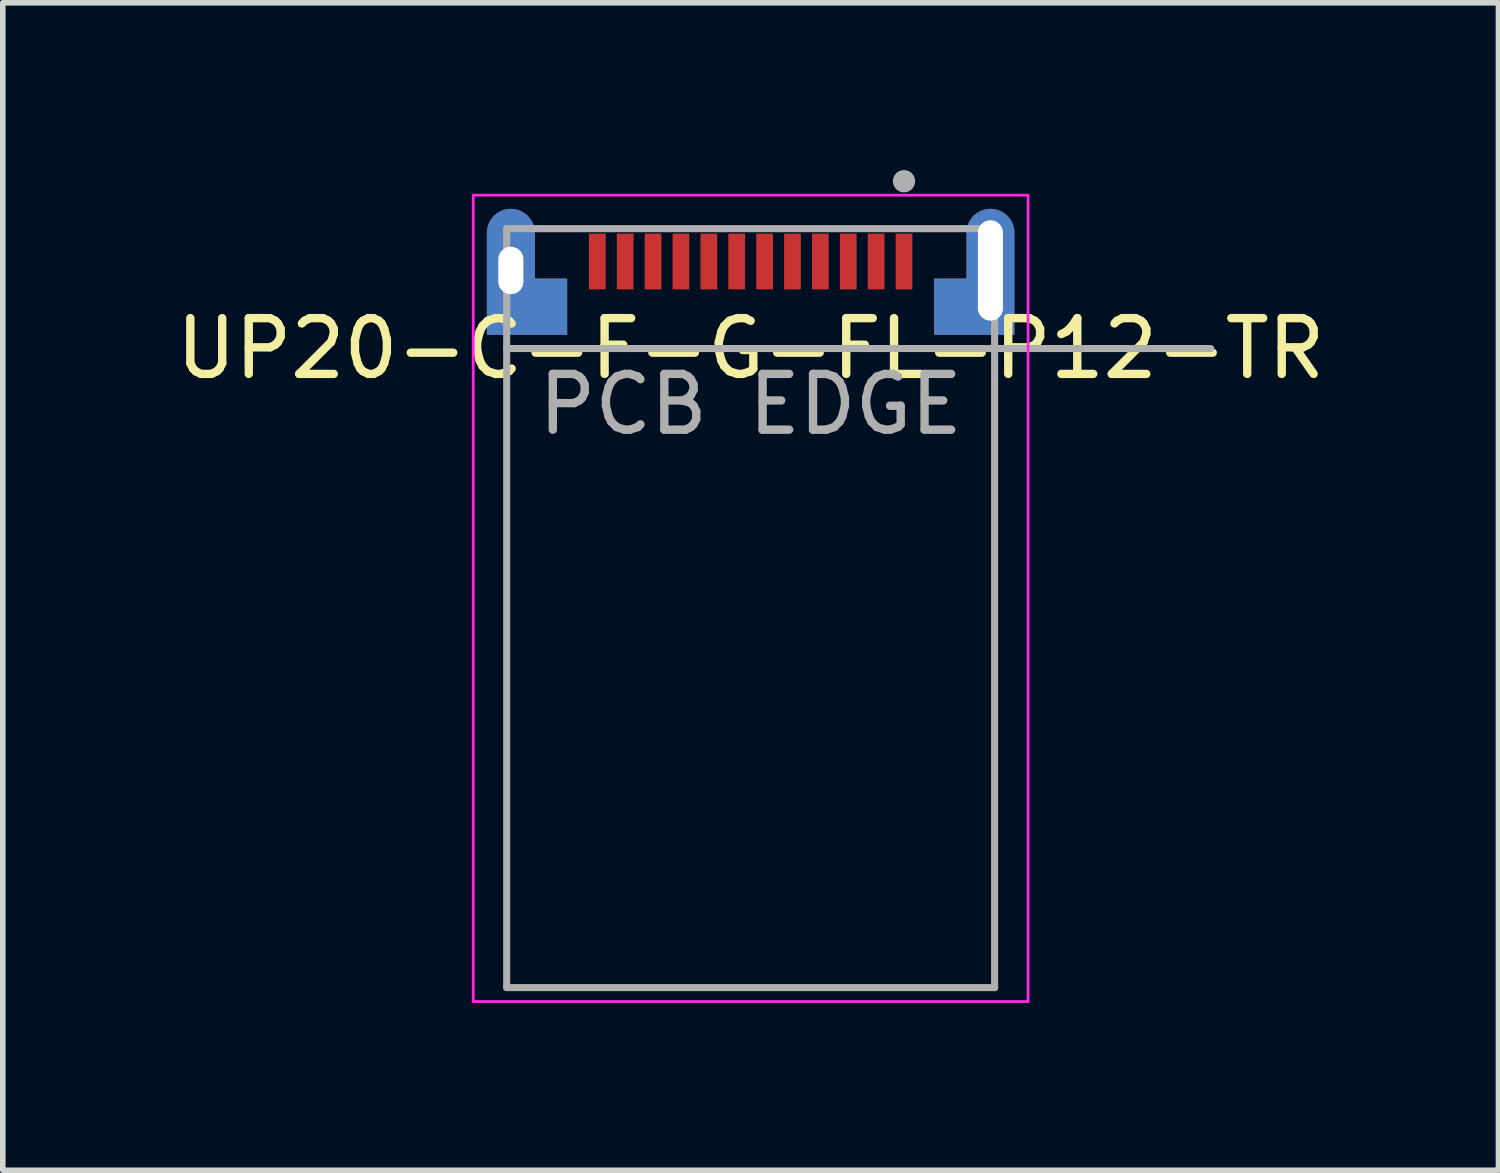
<source format=kicad_pcb>
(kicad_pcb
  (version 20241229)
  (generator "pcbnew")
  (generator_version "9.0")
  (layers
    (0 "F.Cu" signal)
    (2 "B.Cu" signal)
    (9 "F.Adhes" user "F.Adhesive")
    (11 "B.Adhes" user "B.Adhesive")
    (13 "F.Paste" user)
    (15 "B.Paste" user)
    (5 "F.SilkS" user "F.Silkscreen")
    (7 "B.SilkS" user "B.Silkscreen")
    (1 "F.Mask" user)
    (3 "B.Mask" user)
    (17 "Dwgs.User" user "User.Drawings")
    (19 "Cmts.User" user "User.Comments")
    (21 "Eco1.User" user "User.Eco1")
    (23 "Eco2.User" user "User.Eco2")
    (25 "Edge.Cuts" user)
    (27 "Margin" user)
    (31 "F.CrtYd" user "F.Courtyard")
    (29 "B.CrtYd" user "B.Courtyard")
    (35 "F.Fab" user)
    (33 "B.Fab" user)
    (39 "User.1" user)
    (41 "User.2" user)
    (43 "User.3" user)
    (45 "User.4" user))
  (footprint "UP20-C-F-G-FL-P12-TR"
    (layer "F.Cu")
    (at 10.411 3.2)
    (property "Reference" "UP20-C-F-G-FL-P12-TR" (at 0 0 0) (layer "F.SilkS") (effects (font (size 1 1) (thickness 0.15))))
    (attr smd)
    (fp_poly (pts (xy -3.775 -1.35) (xy -3.775 -2.075) (xy -3.776 -2.102) (xy -3.778 -2.13) (xy -3.781 -2.157) (xy -3.786 -2.184) (xy -3.793 -2.211) (xy -3.801 -2.237) (xy -3.81 -2.263) (xy -3.82 -2.289) (xy -3.832 -2.313) (xy -3.845 -2.337) (xy -3.86 -2.361) (xy -3.875 -2.384) (xy -3.892 -2.405) (xy -3.91 -2.426) (xy -3.929 -2.446) (xy -3.949 -2.465) (xy -3.97 -2.483) (xy -3.991 -2.5) (xy -4.014 -2.515) (xy -4.037 -2.53) (xy -4.062 -2.543) (xy -4.086 -2.555) (xy -4.112 -2.565) (xy -4.138 -2.574) (xy -4.164 -2.582) (xy -4.191 -2.589) (xy -4.218 -2.594) (xy -4.245 -2.597) (xy -4.273 -2.599) (xy -4.3 -2.6) (xy -4.327 -2.599) (xy -4.355 -2.597) (xy -4.382 -2.594) (xy -4.409 -2.589) (xy -4.436 -2.582) (xy -4.462 -2.574) (xy -4.488 -2.565) (xy -4.514 -2.555) (xy -4.538 -2.543) (xy -4.563 -2.53) (xy -4.586 -2.515) (xy -4.609 -2.5) (xy -4.63 -2.483) (xy -4.651 -2.465) (xy -4.671 -2.446) (xy -4.69 -2.426) (xy -4.708 -2.405) (xy -4.725 -2.384) (xy -4.74 -2.361) (xy -4.755 -2.338) (xy -4.768 -2.313) (xy -4.78 -2.289) (xy -4.79 -2.263) (xy -4.799 -2.237) (xy -4.807 -2.211) (xy -4.814 -2.184) (xy -4.819 -2.157) (xy -4.822 -2.13) (xy -4.824 -2.102) (xy -4.825 -2.075) (xy -4.825 -0.15) (xy -3.195 -0.15) (xy -3.195 -1.35) (xy -3.775 -1.35)) (stroke (width 0.01) (type solid)) (fill yes) (layer "F.Mask"))
    (fp_poly (pts (xy 3.775 -1.35) (xy 3.775 -2.075) (xy 3.776 -2.102) (xy 3.778 -2.13) (xy 3.781 -2.157) (xy 3.786 -2.184) (xy 3.793 -2.211) (xy 3.801 -2.237) (xy 3.81 -2.263) (xy 3.82 -2.289) (xy 3.832 -2.313) (xy 3.845 -2.337) (xy 3.86 -2.361) (xy 3.875 -2.384) (xy 3.892 -2.405) (xy 3.91 -2.426) (xy 3.929 -2.446) (xy 3.949 -2.465) (xy 3.97 -2.483) (xy 3.991 -2.5) (xy 4.014 -2.515) (xy 4.037 -2.53) (xy 4.062 -2.543) (xy 4.086 -2.555) (xy 4.112 -2.565) (xy 4.138 -2.574) (xy 4.164 -2.582) (xy 4.191 -2.589) (xy 4.218 -2.594) (xy 4.245 -2.597) (xy 4.273 -2.599) (xy 4.3 -2.6) (xy 4.327 -2.599) (xy 4.355 -2.597) (xy 4.382 -2.594) (xy 4.409 -2.589) (xy 4.436 -2.582) (xy 4.462 -2.574) (xy 4.488 -2.565) (xy 4.514 -2.555) (xy 4.538 -2.543) (xy 4.563 -2.53) (xy 4.586 -2.515) (xy 4.609 -2.5) (xy 4.63 -2.483) (xy 4.651 -2.465) (xy 4.671 -2.446) (xy 4.69 -2.426) (xy 4.708 -2.405) (xy 4.725 -2.384) (xy 4.74 -2.361) (xy 4.755 -2.338) (xy 4.768 -2.313) (xy 4.78 -2.289) (xy 4.79 -2.263) (xy 4.799 -2.237) (xy 4.807 -2.211) (xy 4.814 -2.184) (xy 4.819 -2.157) (xy 4.822 -2.13) (xy 4.824 -2.102) (xy 4.825 -2.075) (xy 4.825 -0.15) (xy 3.195 -0.15) (xy 3.195 -1.35) (xy 3.775 -1.35)) (stroke (width 0.01) (type solid)) (fill yes) (layer "F.Mask"))
    (fp_poly (pts (xy -3.775 -0.675) (xy -3.775 -2.075) (xy -3.776 -2.102) (xy -3.778 -2.13) (xy -3.781 -2.157) (xy -3.786 -2.184) (xy -3.793 -2.211) (xy -3.801 -2.237) (xy -3.81 -2.263) (xy -3.82 -2.289) (xy -3.832 -2.313) (xy -3.845 -2.337) (xy -3.86 -2.361) (xy -3.875 -2.384) (xy -3.892 -2.405) (xy -3.91 -2.426) (xy -3.929 -2.446) (xy -3.949 -2.465) (xy -3.97 -2.483) (xy -3.991 -2.5) (xy -4.014 -2.515) (xy -4.037 -2.53) (xy -4.062 -2.543) (xy -4.086 -2.555) (xy -4.112 -2.565) (xy -4.138 -2.574) (xy -4.164 -2.582) (xy -4.191 -2.589) (xy -4.218 -2.594) (xy -4.245 -2.597) (xy -4.273 -2.599) (xy -4.3 -2.6) (xy -4.327 -2.599) (xy -4.355 -2.597) (xy -4.382 -2.594) (xy -4.409 -2.589) (xy -4.436 -2.582) (xy -4.462 -2.574) (xy -4.488 -2.565) (xy -4.514 -2.555) (xy -4.538 -2.543) (xy -4.563 -2.53) (xy -4.586 -2.515) (xy -4.609 -2.5) (xy -4.63 -2.483) (xy -4.651 -2.465) (xy -4.671 -2.446) (xy -4.69 -2.426) (xy -4.708 -2.405) (xy -4.725 -2.384) (xy -4.74 -2.361) (xy -4.755 -2.338) (xy -4.768 -2.313) (xy -4.78 -2.289) (xy -4.79 -2.263) (xy -4.799 -2.237) (xy -4.807 -2.211) (xy -4.814 -2.184) (xy -4.819 -2.157) (xy -4.822 -2.13) (xy -4.824 -2.102) (xy -4.825 -2.075) (xy -4.825 -0.675) (xy -4.824 -0.648) (xy -4.822 -0.62) (xy -4.819 -0.593) (xy -4.814 -0.566) (xy -4.807 -0.539) (xy -4.799 -0.513) (xy -4.79 -0.487) (xy -4.78 -0.461) (xy -4.768 -0.437) (xy -4.755 -0.413) (xy -4.74 -0.389) (xy -4.725 -0.366) (xy -4.708 -0.345) (xy -4.69 -0.324) (xy -4.671 -0.304) (xy -4.651 -0.285) (xy -4.63 -0.267) (xy -4.609 -0.25) (xy -4.586 -0.235) (xy -4.563 -0.22) (xy -4.538 -0.207) (xy -4.514 -0.195) (xy -4.488 -0.185) (xy -4.462 -0.176) (xy -4.436 -0.168) (xy -4.409 -0.161) (xy -4.382 -0.156) (xy -4.355 -0.153) (xy -4.327 -0.151) (xy -4.3 -0.15) (xy -4.273 -0.151) (xy -4.245 -0.153) (xy -4.218 -0.156) (xy -4.191 -0.161) (xy -4.164 -0.168) (xy -4.138 -0.176) (xy -4.112 -0.185) (xy -4.086 -0.195) (xy -4.062 -0.207) (xy -4.037 -0.22) (xy -4.014 -0.235) (xy -3.991 -0.25) (xy -3.97 -0.267) (xy -3.949 -0.285) (xy -3.929 -0.304) (xy -3.91 -0.324) (xy -3.892 -0.345) (xy -3.875 -0.366) (xy -3.86 -0.389) (xy -3.845 -0.413) (xy -3.832 -0.437) (xy -3.82 -0.461) (xy -3.81 -0.487) (xy -3.801 -0.513) (xy -3.793 -0.539) (xy -3.786 -0.566) (xy -3.781 -0.593) (xy -3.778 -0.62) (xy -3.776 -0.648) (xy -3.775 -0.675)) (stroke (width 0.01) (type solid)) (fill yes) (layer "B.Mask"))
    (fp_poly (pts (xy 4.825 -2.075) (xy 4.825 -0.675) (xy 4.824 -0.648) (xy 4.822 -0.62) (xy 4.819 -0.593) (xy 4.814 -0.566) (xy 4.807 -0.539) (xy 4.799 -0.513) (xy 4.79 -0.487) (xy 4.78 -0.461) (xy 4.768 -0.437) (xy 4.755 -0.413) (xy 4.74 -0.389) (xy 4.725 -0.366) (xy 4.708 -0.345) (xy 4.69 -0.324) (xy 4.671 -0.304) (xy 4.651 -0.285) (xy 4.63 -0.267) (xy 4.609 -0.25) (xy 4.586 -0.235) (xy 4.563 -0.22) (xy 4.538 -0.207) (xy 4.514 -0.195) (xy 4.488 -0.185) (xy 4.462 -0.176) (xy 4.436 -0.168) (xy 4.409 -0.161) (xy 4.382 -0.156) (xy 4.355 -0.153) (xy 4.327 -0.151) (xy 4.3 -0.15) (xy 4.273 -0.151) (xy 4.245 -0.153) (xy 4.218 -0.156) (xy 4.191 -0.161) (xy 4.164 -0.168) (xy 4.138 -0.176) (xy 4.112 -0.185) (xy 4.086 -0.195) (xy 4.062 -0.207) (xy 4.037 -0.22) (xy 4.014 -0.235) (xy 3.991 -0.25) (xy 3.97 -0.267) (xy 3.949 -0.285) (xy 3.929 -0.304) (xy 3.91 -0.324) (xy 3.892 -0.345) (xy 3.875 -0.366) (xy 3.86 -0.389) (xy 3.845 -0.412) (xy 3.832 -0.437) (xy 3.82 -0.461) (xy 3.81 -0.487) (xy 3.801 -0.513) (xy 3.793 -0.539) (xy 3.786 -0.566) (xy 3.781 -0.593) (xy 3.778 -0.62) (xy 3.776 -0.648) (xy 3.775 -0.675) (xy 3.775 -2.075) (xy 3.776 -2.102) (xy 3.778 -2.13) (xy 3.781 -2.157) (xy 3.786 -2.184) (xy 3.793 -2.211) (xy 3.801 -2.237) (xy 3.81 -2.263) (xy 3.82 -2.289) (xy 3.832 -2.313) (xy 3.845 -2.337) (xy 3.86 -2.361) (xy 3.875 -2.384) (xy 3.892 -2.405) (xy 3.91 -2.426) (xy 3.929 -2.446) (xy 3.949 -2.465) (xy 3.97 -2.483) (xy 3.991 -2.5) (xy 4.014 -2.515) (xy 4.037 -2.53) (xy 4.062 -2.543) (xy 4.086 -2.555) (xy 4.112 -2.565) (xy 4.138 -2.574) (xy 4.164 -2.582) (xy 4.191 -2.589) (xy 4.218 -2.594) (xy 4.245 -2.597) (xy 4.273 -2.599) (xy 4.3 -2.6) (xy 4.327 -2.599) (xy 4.355 -2.597) (xy 4.382 -2.594) (xy 4.409 -2.589) (xy 4.436 -2.582) (xy 4.462 -2.574) (xy 4.488 -2.565) (xy 4.514 -2.555) (xy 4.538 -2.543) (xy 4.563 -2.53) (xy 4.586 -2.515) (xy 4.609 -2.5) (xy 4.63 -2.483) (xy 4.651 -2.465) (xy 4.671 -2.446) (xy 4.69 -2.426) (xy 4.708 -2.405) (xy 4.725 -2.384) (xy 4.74 -2.361) (xy 4.755 -2.338) (xy 4.768 -2.313) (xy 4.78 -2.289) (xy 4.79 -2.263) (xy 4.799 -2.237) (xy 4.807 -2.211) (xy 4.814 -2.184) (xy 4.819 -2.157) (xy 4.822 -2.13) (xy 4.824 -2.102) (xy 4.825 -2.075)) (stroke (width 0.01) (type solid)) (fill yes) (layer "B.Mask"))
    (fp_poly (pts (xy -3.875 -1.25) (xy -3.295 -1.25) (xy -3.295 -0.25) (xy -3.875 -0.25)) (stroke (width 0.01) (type solid)) (fill yes) (layer "F.Paste"))
    (fp_poly (pts (xy 3.295 -1.25) (xy 3.875 -1.25) (xy 3.875 -0.25) (xy 3.295 -0.25)) (stroke (width 0.01) (type solid)) (fill yes) (layer "F.Paste"))
    (fp_line (start -4.975 -2.75) (end 4.975 -2.75) (stroke (width 0.05) (type solid)) (layer "F.CrtYd"))
    (fp_line (start -4.975 11.71) (end -4.975 -2.75) (stroke (width 0.05) (type solid)) (layer "F.CrtYd"))
    (fp_line (start 4.975 -2.75) (end 4.975 11.71) (stroke (width 0.05) (type solid)) (layer "F.CrtYd"))
    (fp_line (start 4.975 11.71) (end -4.975 11.71) (stroke (width 0.05) (type solid)) (layer "F.CrtYd"))
    (fp_line (start -4.375 -2.15) (end 4.375 -2.15) (stroke (width 0.127) (type solid)) (layer "F.Fab"))
    (fp_line (start -4.375 0) (end -4.375 -2.15) (stroke (width 0.127) (type solid)) (layer "F.Fab"))
    (fp_line (start -4.375 0) (end 8.25 0) (stroke (width 0.127) (type solid)) (layer "F.Fab"))
    (fp_line (start -4.375 11.46) (end -4.375 0) (stroke (width 0.127) (type solid)) (layer "F.Fab"))
    (fp_line (start 4.375 -2.15) (end 4.375 11.46) (stroke (width 0.127) (type solid)) (layer "F.Fab"))
    (fp_line (start 4.375 11.46) (end -4.375 11.46) (stroke (width 0.127) (type solid)) (layer "F.Fab"))
    (fp_circle (center 2.75 -3) (end 2.85 -3) (stroke (width 0.2) (type solid)) (fill no) (layer "F.Fab"))
    (fp_text user "PCB EDGE" (at 0 1 0) (layer "F.Fab") (effects (font (size 1 1) (thickness 0.15))))
    (pad "A1" smd rect (at 2.75 -1.56) (size 0.3 1) (layers "F.Cu" "F.Mask" "F.Paste"))
    (pad "A2" smd rect (at 2.25 -1.56) (size 0.3 1) (layers "F.Cu" "F.Mask" "F.Paste"))
    (pad "A3" smd rect (at 1.75 -1.56) (size 0.3 1) (layers "F.Cu" "F.Mask" "F.Paste"))
    (pad "A4" smd rect (at 1.25 -1.56) (size 0.3 1) (layers "F.Cu" "F.Mask" "F.Paste"))
    (pad "A5" smd rect (at -1.25 -1.56) (size 0.3 1) (layers "F.Cu" "F.Mask" "F.Paste"))
    (pad "A6" smd rect (at -1.75 -1.56) (size 0.3 1) (layers "F.Cu" "F.Mask" "F.Paste"))
    (pad "A7" smd rect (at -2.25 -1.56) (size 0.3 1) (layers "F.Cu" "F.Mask" "F.Paste"))
    (pad "A12" smd rect (at -2.75 -1.56) (size 0.3 1) (layers "F.Cu" "F.Mask" "F.Paste"))
    (pad "B9" smd rect (at -0.75 -1.56) (size 0.3 1) (layers "F.Cu" "F.Mask" "F.Paste"))
    (pad "B10" smd rect (at -0.25 -1.56) (size 0.3 1) (layers "F.Cu" "F.Mask" "F.Paste"))
    (pad "B11" smd rect (at 0.25 -1.56) (size 0.3 1) (layers "F.Cu" "F.Mask" "F.Paste"))
    (pad "B12" smd rect (at 0.75 -1.56) (size 0.3 1) (layers "F.Cu" "F.Mask" "F.Paste"))
    (pad "SH1" thru_hole custom (at -4.3 -1.4) (size 0.85 0.85) (drill oval 0.45 1.8) (layers "*.Cu" "*.Mask") (options (anchor circle)) (primitives (gr_poly (pts (xy 0.425 0.15) (xy 0.425 -0.675) (xy 0.424 -0.697) (xy 0.423 -0.719) (xy 0.42 -0.741) (xy 0.416 -0.763) (xy 0.411 -0.785) (xy 0.404 -0.806) (xy 0.397 -0.827) (xy 0.388 -0.848) (xy 0.379 -0.868) (xy 0.368 -0.888) (xy 0.356 -0.906) (xy 0.344 -0.925) (xy 0.33 -0.942) (xy 0.316 -0.959) (xy 0.301 -0.976) (xy 0.284 -0.991) (xy 0.267 -1.005) (xy 0.25 -1.019) (xy 0.231 -1.031) (xy 0.212 -1.043) (xy 0.193 -1.054) (xy 0.173 -1.063) (xy 0.152 -1.072) (xy 0.131 -1.079) (xy 0.11 -1.086) (xy 0.088 -1.091) (xy 0.066 -1.095) (xy 0.044 -1.098) (xy 0.022 -1.099) (xy 0 -1.1) (xy -0.022 -1.099) (xy -0.044 -1.098) (xy -0.066 -1.095) (xy -0.088 -1.091) (xy -0.11 -1.086) (xy -0.131 -1.079) (xy -0.152 -1.072) (xy -0.173 -1.063) (xy -0.193 -1.054) (xy -0.212 -1.043) (xy -0.231 -1.031) (xy -0.25 -1.019) (xy -0.267 -1.005) (xy -0.284 -0.991) (xy -0.301 -0.976) (xy -0.316 -0.959) (xy -0.33 -0.942) (xy -0.344 -0.925) (xy -0.356 -0.906) (xy -0.368 -0.888) (xy -0.379 -0.868) (xy -0.388 -0.848) (xy -0.397 -0.827) (xy -0.404 -0.806) (xy -0.411 -0.785) (xy -0.416 -0.763) (xy -0.42 -0.741) (xy -0.423 -0.719) (xy -0.424 -0.697) (xy -0.425 -0.675) (xy -0.425 1.15) (xy 1.005 1.15) (xy 1.005 0.15) (xy 0.425 0.15)) (width 0.01) (fill yes))))
    (pad "SH2" thru_hole custom (at 4.3 -1.4) (size 0.85 2.25) (drill oval 0.45 1.8) (layers "*.Cu") (options (anchor circle)) (primitives (gr_poly (pts (xy -0.425 0.15) (xy -0.425 -0.675) (xy -0.424 -0.697) (xy -0.423 -0.719) (xy -0.42 -0.741) (xy -0.416 -0.763) (xy -0.411 -0.785) (xy -0.404 -0.806) (xy -0.397 -0.827) (xy -0.388 -0.848) (xy -0.379 -0.868) (xy -0.368 -0.888) (xy -0.356 -0.906) (xy -0.344 -0.925) (xy -0.33 -0.942) (xy -0.316 -0.959) (xy -0.301 -0.976) (xy -0.284 -0.991) (xy -0.267 -1.005) (xy -0.25 -1.019) (xy -0.231 -1.031) (xy -0.212 -1.043) (xy -0.193 -1.054) (xy -0.173 -1.063) (xy -0.152 -1.072) (xy -0.131 -1.079) (xy -0.11 -1.086) (xy -0.088 -1.091) (xy -0.066 -1.095) (xy -0.044 -1.098) (xy -0.022 -1.099) (xy 0 -1.1) (xy 0.022 -1.099) (xy 0.044 -1.098) (xy 0.066 -1.095) (xy 0.088 -1.091) (xy 0.11 -1.086) (xy 0.131 -1.079) (xy 0.152 -1.072) (xy 0.173 -1.063) (xy 0.193 -1.054) (xy 0.212 -1.043) (xy 0.231 -1.031) (xy 0.25 -1.019) (xy 0.267 -1.005) (xy 0.284 -0.991) (xy 0.301 -0.976) (xy 0.316 -0.959) (xy 0.33 -0.942) (xy 0.344 -0.925) (xy 0.356 -0.906) (xy 0.368 -0.888) (xy 0.379 -0.868) (xy 0.388 -0.848) (xy 0.397 -0.827) (xy 0.404 -0.806) (xy 0.411 -0.785) (xy 0.416 -0.763) (xy 0.42 -0.741) (xy 0.423 -0.719) (xy 0.424 -0.697) (xy 0.425 -0.675) (xy 0.425 1.15) (xy -1.005 1.15) (xy -1.005 0.15) (xy -0.425 0.15)) (width 0.01) (fill yes)))))
  (gr_rect
    (start -3 -3)
    (end 23.821 17.935)
    (stroke (width 0.1) (type default))
    (fill no)
    (layer "Edge.Cuts")))
</source>
